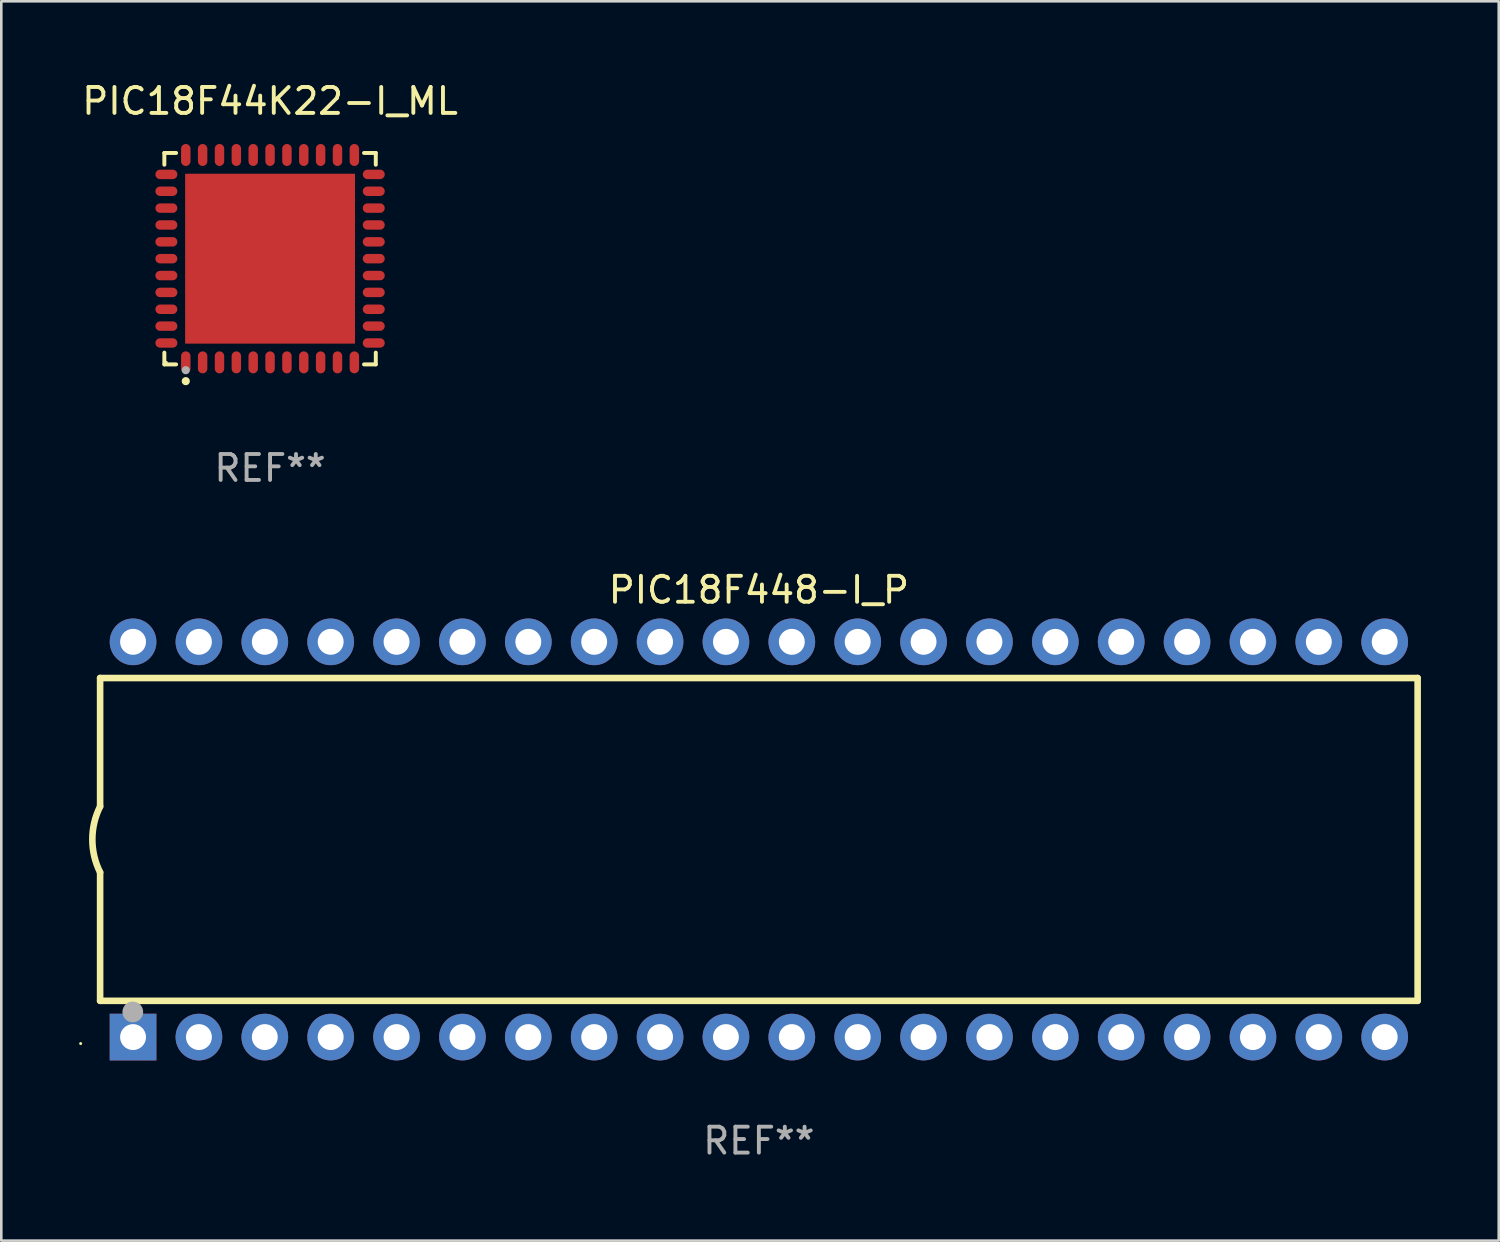
<source format=kicad_pcb>
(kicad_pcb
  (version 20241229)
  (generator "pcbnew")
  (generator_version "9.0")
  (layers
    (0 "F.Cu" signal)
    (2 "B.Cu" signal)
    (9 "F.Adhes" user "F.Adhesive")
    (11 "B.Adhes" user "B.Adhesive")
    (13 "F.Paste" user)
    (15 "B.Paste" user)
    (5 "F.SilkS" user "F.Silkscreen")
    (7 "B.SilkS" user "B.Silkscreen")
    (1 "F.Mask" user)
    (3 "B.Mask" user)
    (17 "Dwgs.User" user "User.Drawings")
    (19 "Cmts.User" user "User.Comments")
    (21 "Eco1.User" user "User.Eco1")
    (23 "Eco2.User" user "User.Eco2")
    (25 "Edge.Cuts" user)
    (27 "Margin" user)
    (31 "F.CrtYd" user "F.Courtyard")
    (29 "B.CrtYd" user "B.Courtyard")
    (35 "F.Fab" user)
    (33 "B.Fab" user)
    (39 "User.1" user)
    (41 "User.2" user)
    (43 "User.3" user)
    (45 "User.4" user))
  (footprint "PIC18F448-I_P"
    (layer "F.Cu")
    (at 26.21 29.317)
    (property "Reference" "PIC18F448-I_P" (at 0 -9.62 0) (layer "F.SilkS") (effects (font (size 1 1) (thickness 0.15))))
    (attr through_hole)
    (fp_line (start -25.4 -6.224) (end -25.4 -1.271) (stroke (width 0.254) (type solid)) (layer "F.SilkS"))
    (fp_line (start -25.4 -6.224) (end 25.4 -6.224) (stroke (width 0.254) (type solid)) (layer "F.SilkS"))
    (fp_line (start -25.4 1.269) (end -25.4 6.222) (stroke (width 0.254) (type solid)) (layer "F.SilkS"))
    (fp_line (start -25.4 6.222) (end 25.4 6.222) (stroke (width 0.254) (type solid)) (layer "F.SilkS"))
    (fp_line (start 25.4 6.222) (end 25.4 -6.224) (stroke (width 0.254) (type solid)) (layer "F.SilkS"))
    (fp_arc (start -25.4 1.269241) (mid -25.699807 -0.000762) (end -25.4 -1.270765) (stroke (width 0.254001) (type solid)) (layer "F.SilkS"))
    (fp_circle (center -26.15 7.87) (end -26.12 7.87) (stroke (width 0.06) (type solid)) (fill no) (layer "F.SilkS"))
    (fp_circle (center -24.14 6.65) (end -23.94 6.65) (stroke (width 0.4) (type solid)) (fill no) (layer "F.Fab"))
    (fp_text user "REF**" (at 0 11.62 0) (layer "F.Fab") (effects (font (size 1 1) (thickness 0.15))))
    (pad "1" thru_hole rect (at -24.13 7.62 90) (size 1.8 1.8) (drill 1) (layers "*.Cu" "*.Mask"))
    (pad "2" thru_hole circle (at -21.59 7.62) (size 1.8 1.8) (drill 1) (layers "*.Cu" "*.Mask"))
    (pad "3" thru_hole circle (at -19.05 7.62) (size 1.8 1.8) (drill 1) (layers "*.Cu" "*.Mask"))
    (pad "4" thru_hole circle (at -16.51 7.62) (size 1.8 1.8) (drill 1) (layers "*.Cu" "*.Mask"))
    (pad "5" thru_hole circle (at -13.97 7.62) (size 1.8 1.8) (drill 1) (layers "*.Cu" "*.Mask"))
    (pad "6" thru_hole circle (at -11.43 7.62) (size 1.8 1.8) (drill 1) (layers "*.Cu" "*.Mask"))
    (pad "7" thru_hole circle (at -8.89 7.62) (size 1.8 1.8) (drill 1) (layers "*.Cu" "*.Mask"))
    (pad "8" thru_hole circle (at -6.35 7.62) (size 1.8 1.8) (drill 1) (layers "*.Cu" "*.Mask"))
    (pad "9" thru_hole circle (at -3.81 7.62) (size 1.8 1.8) (drill 1) (layers "*.Cu" "*.Mask"))
    (pad "10" thru_hole circle (at -1.27 7.62) (size 1.8 1.8) (drill 1) (layers "*.Cu" "*.Mask"))
    (pad "11" thru_hole circle (at 1.27 7.62) (size 1.8 1.8) (drill 1) (layers "*.Cu" "*.Mask"))
    (pad "12" thru_hole circle (at 3.81 7.62) (size 1.8 1.8) (drill 1) (layers "*.Cu" "*.Mask"))
    (pad "13" thru_hole circle (at 6.35 7.62) (size 1.8 1.8) (drill 1) (layers "*.Cu" "*.Mask"))
    (pad "14" thru_hole circle (at 8.89 7.62) (size 1.8 1.8) (drill 1) (layers "*.Cu" "*.Mask"))
    (pad "15" thru_hole circle (at 11.43 7.62) (size 1.8 1.8) (drill 1) (layers "*.Cu" "*.Mask"))
    (pad "16" thru_hole circle (at 13.97 7.62) (size 1.8 1.8) (drill 1) (layers "*.Cu" "*.Mask"))
    (pad "17" thru_hole circle (at 16.51 7.62) (size 1.8 1.8) (drill 1) (layers "*.Cu" "*.Mask"))
    (pad "18" thru_hole circle (at 19.05 7.62) (size 1.8 1.8) (drill 1) (layers "*.Cu" "*.Mask"))
    (pad "19" thru_hole circle (at 21.59 7.62) (size 1.8 1.8) (drill 1) (layers "*.Cu" "*.Mask"))
    (pad "20" thru_hole circle (at 24.13 7.62) (size 1.8 1.8) (drill 1) (layers "*.Cu" "*.Mask"))
    (pad "21" thru_hole circle (at 24.13 -7.62) (size 1.8 1.8) (drill 1) (layers "*.Cu" "*.Mask"))
    (pad "22" thru_hole circle (at 21.59 -7.62) (size 1.8 1.8) (drill 1) (layers "*.Cu" "*.Mask"))
    (pad "23" thru_hole circle (at 19.05 -7.62) (size 1.8 1.8) (drill 1) (layers "*.Cu" "*.Mask"))
    (pad "24" thru_hole circle (at 16.51 -7.62) (size 1.8 1.8) (drill 1) (layers "*.Cu" "*.Mask"))
    (pad "25" thru_hole circle (at 13.97 -7.62) (size 1.8 1.8) (drill 1) (layers "*.Cu" "*.Mask"))
    (pad "26" thru_hole circle (at 11.43 -7.62) (size 1.8 1.8) (drill 1) (layers "*.Cu" "*.Mask"))
    (pad "27" thru_hole circle (at 8.89 -7.62) (size 1.8 1.8) (drill 1) (layers "*.Cu" "*.Mask"))
    (pad "28" thru_hole circle (at 6.35 -7.62) (size 1.8 1.8) (drill 1) (layers "*.Cu" "*.Mask"))
    (pad "29" thru_hole circle (at 3.81 -7.62) (size 1.8 1.8) (drill 1) (layers "*.Cu" "*.Mask"))
    (pad "30" thru_hole circle (at 1.27 -7.62) (size 1.8 1.8) (drill 1) (layers "*.Cu" "*.Mask"))
    (pad "31" thru_hole circle (at -1.27 -7.62) (size 1.8 1.8) (drill 1) (layers "*.Cu" "*.Mask"))
    (pad "32" thru_hole circle (at -3.81 -7.62) (size 1.8 1.8) (drill 1) (layers "*.Cu" "*.Mask"))
    (pad "33" thru_hole circle (at -6.35 -7.62) (size 1.8 1.8) (drill 1) (layers "*.Cu" "*.Mask"))
    (pad "34" thru_hole circle (at -8.89 -7.62) (size 1.8 1.8) (drill 1) (layers "*.Cu" "*.Mask"))
    (pad "35" thru_hole circle (at -11.43 -7.62) (size 1.8 1.8) (drill 1) (layers "*.Cu" "*.Mask"))
    (pad "36" thru_hole circle (at -13.97 -7.62) (size 1.8 1.8) (drill 1) (layers "*.Cu" "*.Mask"))
    (pad "37" thru_hole circle (at -16.51 -7.62) (size 1.8 1.8) (drill 1) (layers "*.Cu" "*.Mask"))
    (pad "38" thru_hole circle (at -19.05 -7.62) (size 1.8 1.8) (drill 1) (layers "*.Cu" "*.Mask"))
    (pad "39" thru_hole circle (at -21.59 -7.62) (size 1.8 1.8) (drill 1) (layers "*.Cu" "*.Mask"))
    (pad "40" thru_hole circle (at -24.13 -7.62) (size 1.8 1.8) (drill 1) (layers "*.Cu" "*.Mask")))
  (footprint "PIC18F44K22-I_ML"
    (layer "F.Cu")
    (at 7.363 6.924)
    (property "Reference" "PIC18F44K22-I_ML" (at 0 -6.076 0) (layer "F.SilkS") (effects (font (size 1 1) (thickness 0.15))))
    (attr through_hole)
    (fp_line (start -4.076 -4.076) (end -3.623 -4.076) (stroke (width 0.152) (type solid)) (layer "F.SilkS"))
    (fp_line (start -4.076 -3.623) (end -4.076 -4.076) (stroke (width 0.152) (type solid)) (layer "F.SilkS"))
    (fp_line (start -4.076 3.623) (end -4.076 4.076) (stroke (width 0.152) (type solid)) (layer "F.SilkS"))
    (fp_line (start -4.076 4.076) (end -3.623 4.076) (stroke (width 0.152) (type solid)) (layer "F.SilkS"))
    (fp_line (start 4.076 -4.076) (end 3.623 -4.076) (stroke (width 0.152) (type solid)) (layer "F.SilkS"))
    (fp_line (start 4.076 -3.623) (end 4.076 -4.076) (stroke (width 0.152) (type solid)) (layer "F.SilkS"))
    (fp_line (start 4.076 3.623) (end 4.076 4.076) (stroke (width 0.152) (type solid)) (layer "F.SilkS"))
    (fp_line (start 4.076 4.076) (end 3.623 4.076) (stroke (width 0.152) (type solid)) (layer "F.SilkS"))
    (fp_circle (center -4 4) (end -3.97 4) (stroke (width 0.06) (type solid)) (fill no) (layer "F.SilkS"))
    (fp_circle (center -3.25 4.722) (end -3.171 4.722) (stroke (width 0.158) (type solid)) (fill no) (layer "F.SilkS"))
    (fp_circle (center -3.25 4.3) (end -3.171 4.3) (stroke (width 0.158) (type solid)) (fill no) (layer "F.Fab"))
    (fp_text user "REF**" (at 0 8.076 0) (layer "F.Fab") (effects (font (size 1 1) (thickness 0.15))))
    (pad "1" smd oval (at -3.25 3.998) (size 0.364 0.847) (layers "F.Cu" "F.Mask" "F.Paste"))
    (pad "2" smd oval (at -2.6 3.998) (size 0.364 0.847) (layers "F.Cu" "F.Mask" "F.Paste"))
    (pad "3" smd oval (at -1.95 3.998) (size 0.364 0.847) (layers "F.Cu" "F.Mask" "F.Paste"))
    (pad "4" smd oval (at -1.3 3.998) (size 0.364 0.847) (layers "F.Cu" "F.Mask" "F.Paste"))
    (pad "5" smd oval (at -0.65 3.998) (size 0.364 0.847) (layers "F.Cu" "F.Mask" "F.Paste"))
    (pad "6" smd oval (at 0 3.998) (size 0.364 0.847) (layers "F.Cu" "F.Mask" "F.Paste"))
    (pad "7" smd oval (at 0.65 3.998) (size 0.364 0.847) (layers "F.Cu" "F.Mask" "F.Paste"))
    (pad "8" smd oval (at 1.3 3.998) (size 0.364 0.847) (layers "F.Cu" "F.Mask" "F.Paste"))
    (pad "9" smd oval (at 1.95 3.998) (size 0.364 0.847) (layers "F.Cu" "F.Mask" "F.Paste"))
    (pad "10" smd oval (at 2.6 3.998) (size 0.364 0.847) (layers "F.Cu" "F.Mask" "F.Paste"))
    (pad "11" smd oval (at 3.25 3.998) (size 0.364 0.847) (layers "F.Cu" "F.Mask" "F.Paste"))
    (pad "12" smd oval (at 3.998 3.25) (size 0.847 0.364) (layers "F.Cu" "F.Mask" "F.Paste"))
    (pad "13" smd oval (at 3.998 2.6) (size 0.847 0.364) (layers "F.Cu" "F.Mask" "F.Paste"))
    (pad "14" smd oval (at 3.998 1.95) (size 0.847 0.364) (layers "F.Cu" "F.Mask" "F.Paste"))
    (pad "15" smd oval (at 3.998 1.3) (size 0.847 0.364) (layers "F.Cu" "F.Mask" "F.Paste"))
    (pad "16" smd oval (at 3.998 0.65) (size 0.847 0.364) (layers "F.Cu" "F.Mask" "F.Paste"))
    (pad "17" smd oval (at 3.998 0) (size 0.847 0.364) (layers "F.Cu" "F.Mask" "F.Paste"))
    (pad "18" smd oval (at 3.998 -0.65) (size 0.847 0.364) (layers "F.Cu" "F.Mask" "F.Paste"))
    (pad "19" smd oval (at 3.998 -1.3) (size 0.847 0.364) (layers "F.Cu" "F.Mask" "F.Paste"))
    (pad "20" smd oval (at 3.998 -1.95) (size 0.847 0.364) (layers "F.Cu" "F.Mask" "F.Paste"))
    (pad "21" smd oval (at 3.998 -2.6) (size 0.847 0.364) (layers "F.Cu" "F.Mask" "F.Paste"))
    (pad "22" smd oval (at 3.998 -3.25) (size 0.847 0.364) (layers "F.Cu" "F.Mask" "F.Paste"))
    (pad "23" smd oval (at 3.25 -3.998) (size 0.364 0.847) (layers "F.Cu" "F.Mask" "F.Paste"))
    (pad "24" smd oval (at 2.6 -3.998) (size 0.364 0.847) (layers "F.Cu" "F.Mask" "F.Paste"))
    (pad "25" smd oval (at 1.95 -3.998) (size 0.364 0.847) (layers "F.Cu" "F.Mask" "F.Paste"))
    (pad "26" smd oval (at 1.3 -3.998) (size 0.364 0.847) (layers "F.Cu" "F.Mask" "F.Paste"))
    (pad "27" smd oval (at 0.65 -3.998) (size 0.364 0.847) (layers "F.Cu" "F.Mask" "F.Paste"))
    (pad "28" smd oval (at 0 -3.998) (size 0.364 0.847) (layers "F.Cu" "F.Mask" "F.Paste"))
    (pad "29" smd oval (at -0.65 -3.998) (size 0.364 0.847) (layers "F.Cu" "F.Mask" "F.Paste"))
    (pad "30" smd oval (at -1.3 -3.998) (size 0.364 0.847) (layers "F.Cu" "F.Mask" "F.Paste"))
    (pad "31" smd oval (at -1.95 -3.998) (size 0.364 0.847) (layers "F.Cu" "F.Mask" "F.Paste"))
    (pad "32" smd oval (at -2.6 -3.998) (size 0.364 0.847) (layers "F.Cu" "F.Mask" "F.Paste"))
    (pad "33" smd oval (at -3.25 -3.998) (size 0.364 0.847) (layers "F.Cu" "F.Mask" "F.Paste"))
    (pad "34" smd oval (at -3.998 -3.25) (size 0.847 0.364) (layers "F.Cu" "F.Mask" "F.Paste"))
    (pad "35" smd oval (at -3.998 -2.6) (size 0.847 0.364) (layers "F.Cu" "F.Mask" "F.Paste"))
    (pad "36" smd oval (at -3.998 -1.95) (size 0.847 0.364) (layers "F.Cu" "F.Mask" "F.Paste"))
    (pad "37" smd oval (at -3.998 -1.3) (size 0.847 0.364) (layers "F.Cu" "F.Mask" "F.Paste"))
    (pad "38" smd oval (at -3.998 -0.65) (size 0.847 0.364) (layers "F.Cu" "F.Mask" "F.Paste"))
    (pad "39" smd oval (at -3.998 0) (size 0.847 0.364) (layers "F.Cu" "F.Mask" "F.Paste"))
    (pad "40" smd oval (at -3.998 0.65) (size 0.847 0.364) (layers "F.Cu" "F.Mask" "F.Paste"))
    (pad "41" smd oval (at -3.998 1.3) (size 0.847 0.364) (layers "F.Cu" "F.Mask" "F.Paste"))
    (pad "42" smd oval (at -3.998 1.95) (size 0.847 0.364) (layers "F.Cu" "F.Mask" "F.Paste"))
    (pad "43" smd oval (at -3.998 2.6) (size 0.847 0.364) (layers "F.Cu" "F.Mask" "F.Paste"))
    (pad "44" smd oval (at -3.998 3.25) (size 0.847 0.364) (layers "F.Cu" "F.Mask" "F.Paste"))
    (pad "45" smd rect (at 0 0) (size 6.55 6.55) (layers "F.Cu" "F.Mask" "F.Paste")))
  (gr_rect
    (start -3 -3)
    (end 54.737 44.785)
    (stroke (width 0.1) (type default))
    (fill no)
    (layer "Edge.Cuts")))
</source>
